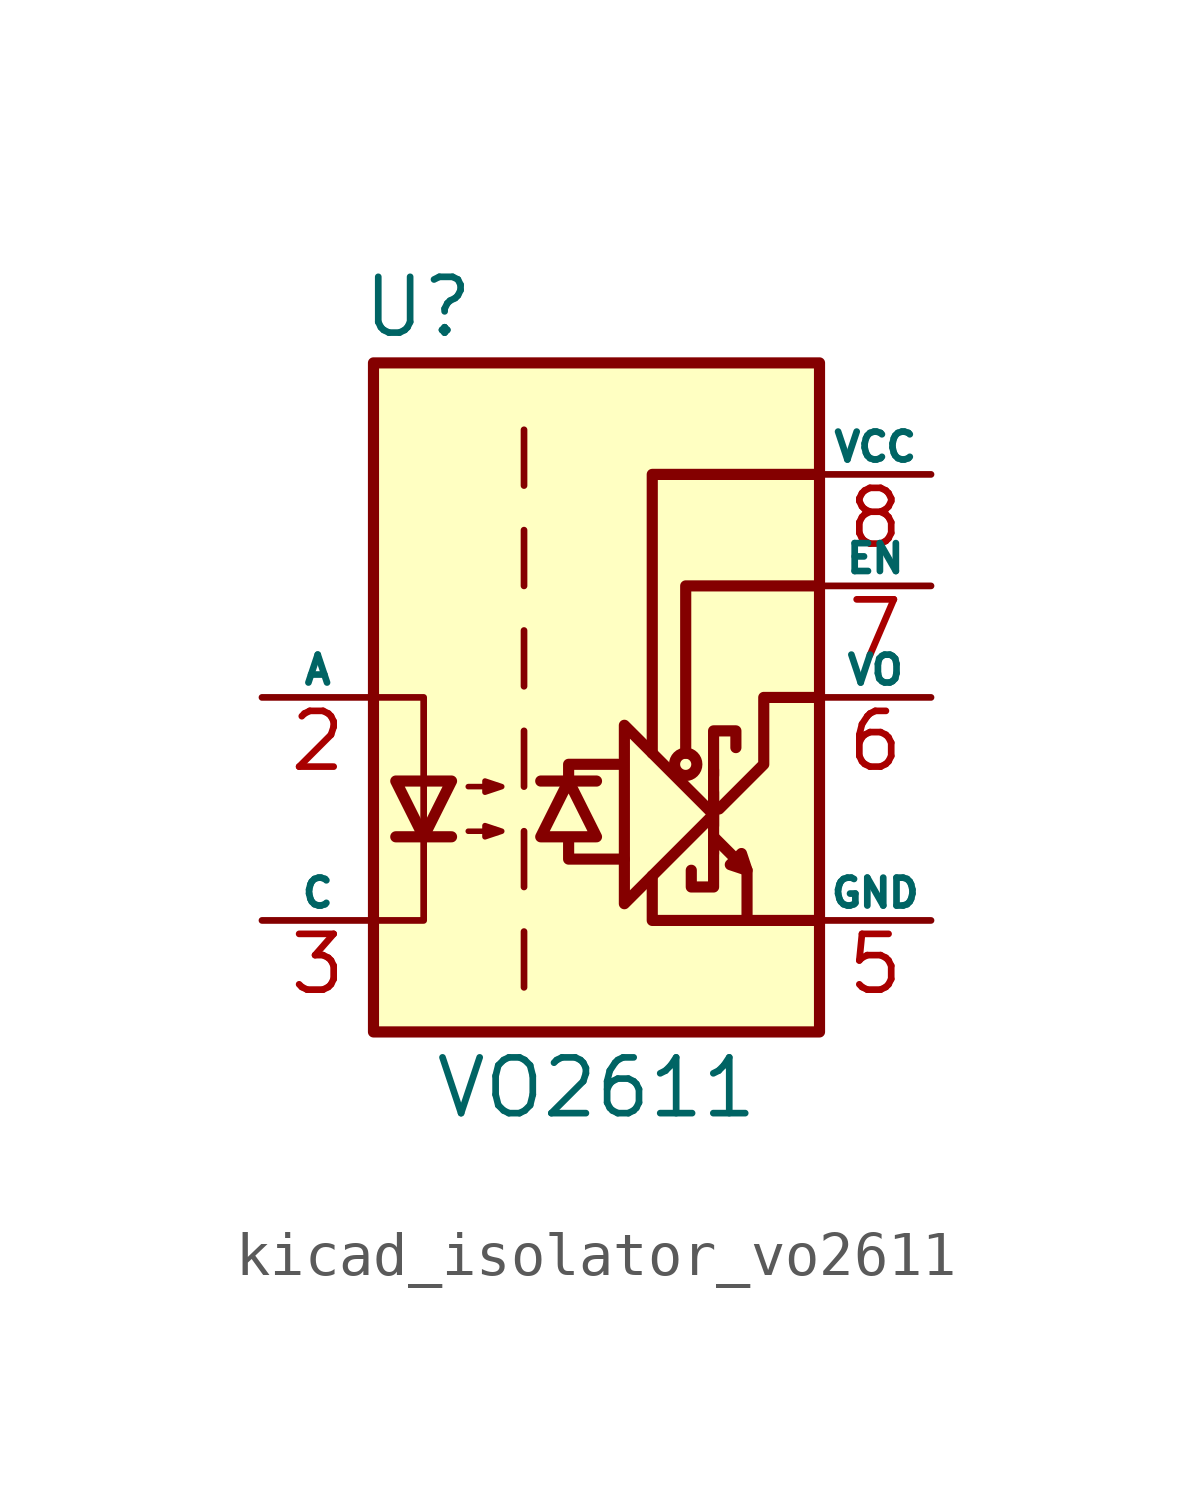
<source format=kicad_sym>
(kicad_symbol_lib
  (version 20220914)
  (generator kicad_symbol_editor)
  (symbol "kicad_isolator_vo2611"
    (pin_names
      (offset 0))
    (property "Reference" "U"
      (at -4.064 8.89 0)
      (effects (font (size 1.27 1.27))))
    (property "Value" "VO2611"
      (at 0 -8.89 0)
      (effects (font (size 1.27 1.27))))
    (symbol "kicad_isolator_vo2611_0_1"
      (polyline (pts (xy 2.667 -3.556) (xy 2.667 -1.651)) (stroke (width 0.254) (type default)) (fill (type none)))
      (polyline (pts (xy 2.667 -2.159) (xy 2.667 -2.921)) (stroke (width 0.254) (type default)) (fill (type none)))
      (polyline (pts (xy 3.429 -3.937) (xy 3.429 -5.08)) (stroke (width 0.254) (type default)) (fill (type none)))
      (polyline (pts (xy -0.635 -3.302) (xy -0.635 -3.683) (xy 0.635 -3.683)) (stroke (width 0.254) (type default)) (fill (type none)))
      (polyline (pts (xy -0.635 -1.905) (xy -0.635 -1.524) (xy 0.508 -1.524)) (stroke (width 0.254) (type default)) (fill (type none)))
      (polyline (pts (xy 1.27 -4.064) (xy 1.27 -5.08) (xy 5.08 -5.08)) (stroke (width 0.254) (type default)) (fill (type none)))
      (polyline (pts (xy 1.27 -1.27) (xy 1.27 5.08) (xy 5.08 5.08)) (stroke (width 0.254) (type default)) (fill (type none)))
      (polyline (pts (xy 2.032 -1.27) (xy 2.032 2.54) (xy 5.08 2.54)) (stroke (width 0.254) (type default)) (fill (type none)))
      (polyline (pts (xy -5.08 -5.08) (xy -3.937 -5.08) (xy -3.937 0) (xy -5.08 0)) (stroke (width 0) (type default)) (fill (type none)))
      (polyline (pts (xy 2.667 -3.302) (xy 2.667 -4.318) (xy 2.159 -4.318) (xy 2.159 -3.937)) (stroke (width 0.254) (type default)) (fill (type none)))
      (polyline (pts (xy 2.667 -2.667) (xy 0.635 -4.699) (xy 0.635 -0.635) (xy 2.667 -2.667)) (stroke (width 0.254) (type default)) (fill (type none)))
      (polyline (pts (xy 2.667 -1.778) (xy 2.667 -0.762) (xy 3.175 -0.762) (xy 3.175 -1.143)) (stroke (width 0.254) (type default)) (fill (type none)))
      (polyline (pts (xy 2.794 -2.54) (xy 3.81 -1.524) (xy 3.81 0) (xy 5.08 0)) (stroke (width 0.254) (type default)) (fill (type none)))
      (polyline (pts (xy 2.667 -3.175) (xy 3.429 -3.937) (xy 3.302 -3.556) (xy 3.048 -3.81) (xy 3.429 -3.937)) (stroke (width 0.254) (type default)) (fill (type none)))
      (circle (center 2.032 -1.524) (radius 0.254) (stroke (width 0.254) (type default)) (fill (type none))))
    (symbol "kicad_isolator_vo2611_1_1"
      (rectangle (start -5.08 7.62) (end 5.08 -7.62) (stroke (width 0.254) (type default)) (fill (type background)))
      (polyline (pts (xy -4.572 -3.175) (xy -3.302 -3.175)) (stroke (width 0.254) (type default)) (fill (type none)))
      (polyline (pts (xy -1.651 -5.334) (xy -1.651 -6.604)) (stroke (width 0) (type default)) (fill (type none)))
      (polyline (pts (xy -1.651 -3.048) (xy -1.651 -4.318)) (stroke (width 0) (type default)) (fill (type none)))
      (polyline (pts (xy -1.651 -0.762) (xy -1.651 -2.032)) (stroke (width 0) (type default)) (fill (type none)))
      (polyline (pts (xy -1.651 1.524) (xy -1.651 0.254)) (stroke (width 0) (type default)) (fill (type none)))
      (polyline (pts (xy -1.651 3.81) (xy -1.651 2.54)) (stroke (width 0) (type default)) (fill (type none)))
      (polyline (pts (xy -1.651 6.096) (xy -1.651 4.826)) (stroke (width 0) (type default)) (fill (type none)))
      (polyline (pts (xy -1.27 -1.905) (xy 0 -1.905)) (stroke (width 0.254) (type default)) (fill (type none)))
      (polyline (pts (xy -3.937 -3.175) (xy -4.572 -1.905) (xy -3.302 -1.905) (xy -3.937 -3.175)) (stroke (width 0.254) (type default)) (fill (type none)))
      (polyline (pts (xy -0.635 -1.905) (xy -1.27 -3.175) (xy 0 -3.175) (xy -0.635 -1.905)) (stroke (width 0.254) (type default)) (fill (type none)))
      (polyline (pts (xy -2.921 -3.048) (xy -2.159 -3.048) (xy -2.54 -3.175) (xy -2.54 -2.921) (xy -2.159 -3.048)) (stroke (width 0.127) (type default)) (fill (type none)))
      (polyline (pts (xy -2.921 -2.032) (xy -2.159 -2.032) (xy -2.54 -2.159) (xy -2.54 -1.905) (xy -2.159 -2.032)) (stroke (width 0.127) (type default)) (fill (type none)))
      (pin no_connect line (at -5.08 5.08 0) (length 2.54) hide (name "NC" (effects (font (size 0.635 0.635)))) (number "1" (effects (font (size 1.27 1.27)))))
      (pin passive line (at -7.62 0 0) (length 2.54) (name "A" (effects (font (size 0.635 0.635)))) (number "2" (effects (font (size 1.27 1.27)))))
      (pin passive line (at -7.62 -5.08 0) (length 2.54) (name "C" (effects (font (size 0.635 0.635)))) (number "3" (effects (font (size 1.27 1.27)))))
      (pin power_in line (at 7.62 -5.08 180) (length 2.54) (name "GND" (effects (font (size 0.635 0.635)))) (number "5" (effects (font (size 1.27 1.27)))))
      (pin open_collector line (at 7.62 0 180) (length 2.54) (name "VO" (effects (font (size 0.635 0.635)))) (number "6" (effects (font (size 1.27 1.27)))))
      (pin input line (at 7.62 2.54 180) (length 2.54) (name "EN" (effects (font (size 0.635 0.635)))) (number "7" (effects (font (size 1.27 1.27)))))
      (pin power_in line (at 7.62 5.08 180) (length 2.54) (name "VCC" (effects (font (size 0.635 0.635)))) (number "8" (effects (font (size 1.27 1.27))))))))
</source>
